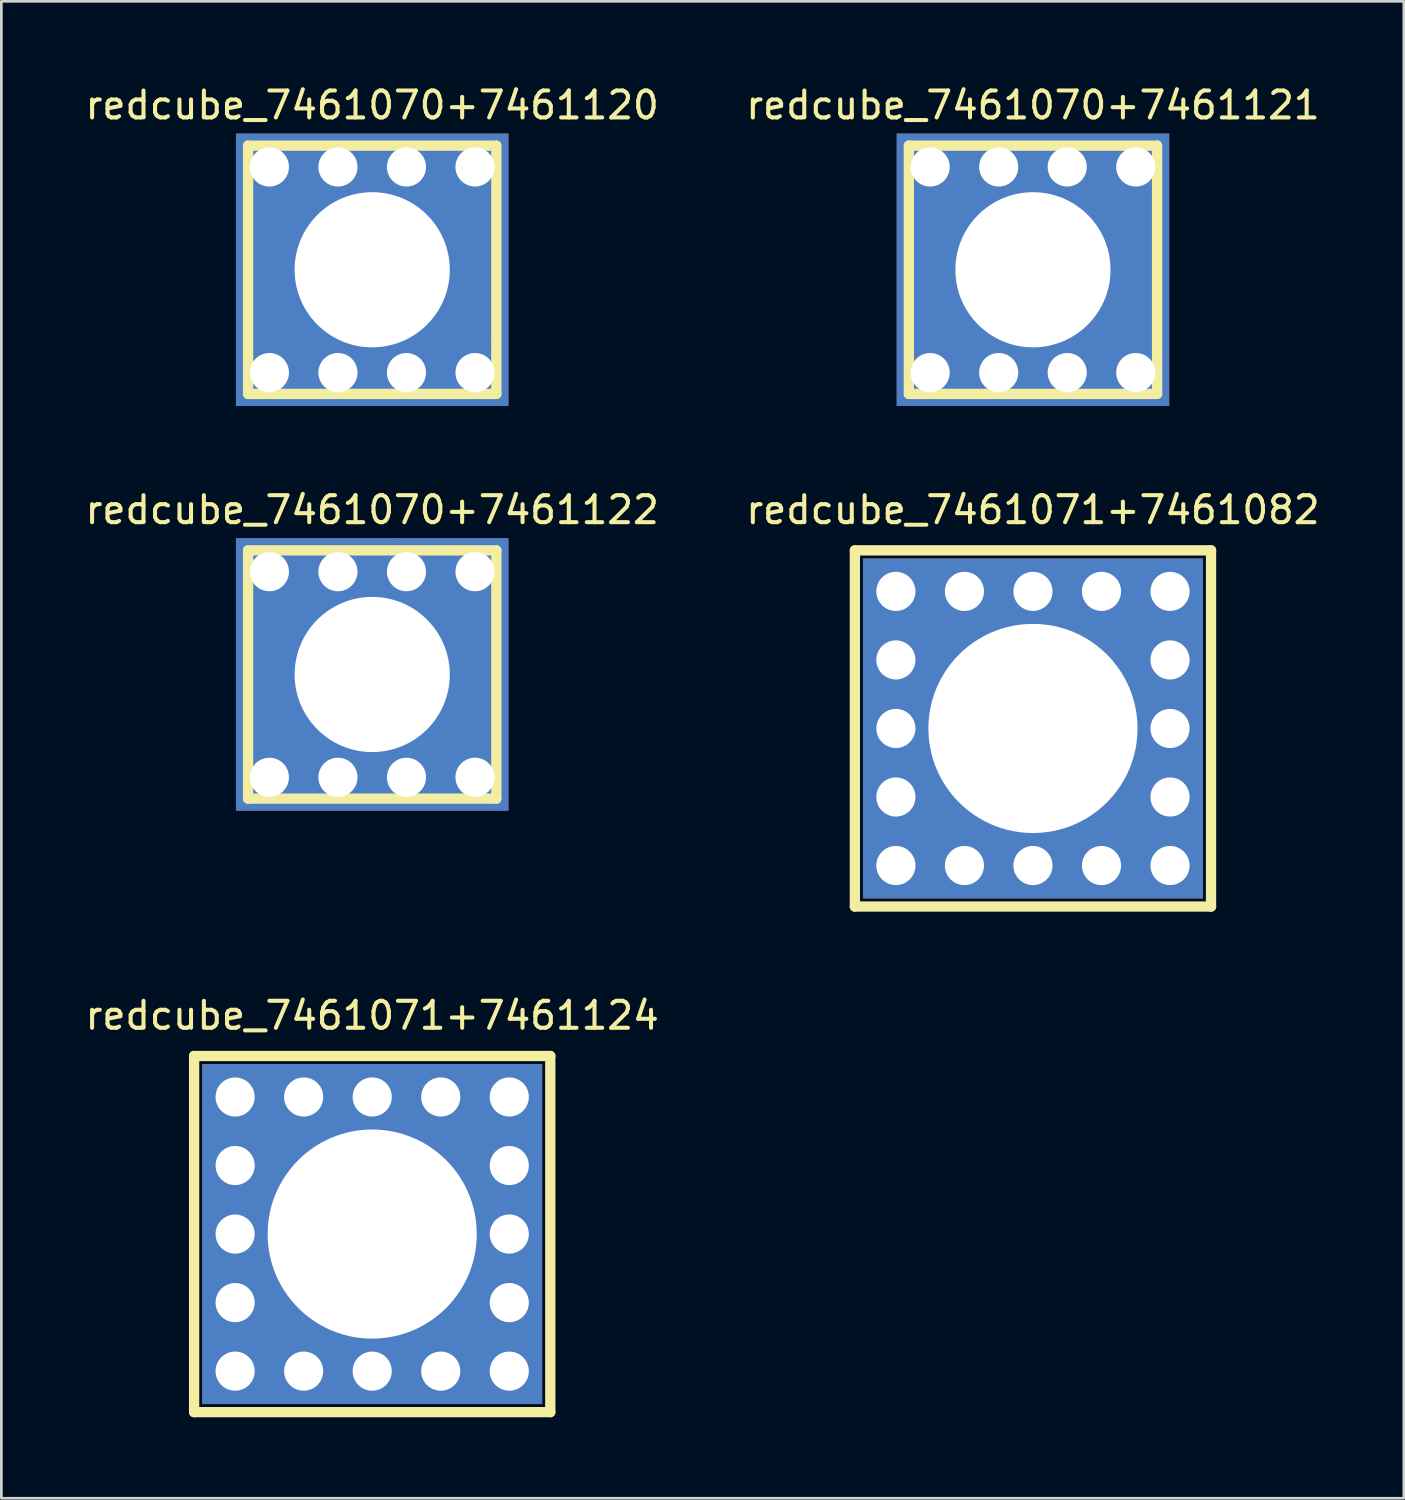
<source format=kicad_pcb>
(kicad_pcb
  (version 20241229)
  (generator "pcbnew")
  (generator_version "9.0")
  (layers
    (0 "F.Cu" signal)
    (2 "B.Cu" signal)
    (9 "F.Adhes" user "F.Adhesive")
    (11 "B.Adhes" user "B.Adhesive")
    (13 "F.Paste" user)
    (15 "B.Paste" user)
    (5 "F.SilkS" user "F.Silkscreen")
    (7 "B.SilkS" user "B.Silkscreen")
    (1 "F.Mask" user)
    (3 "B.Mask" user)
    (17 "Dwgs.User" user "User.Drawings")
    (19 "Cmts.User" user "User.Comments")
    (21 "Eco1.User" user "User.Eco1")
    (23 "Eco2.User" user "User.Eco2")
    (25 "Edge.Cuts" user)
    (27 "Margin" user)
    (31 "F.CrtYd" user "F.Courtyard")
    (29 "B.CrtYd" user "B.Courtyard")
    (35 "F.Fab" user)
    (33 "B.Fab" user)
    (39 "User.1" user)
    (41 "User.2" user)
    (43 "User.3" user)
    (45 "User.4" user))
  (footprint "redcube_7461070+7461120"
    (layer "F.Cu")
    (at 10.744 6.948)
    (property "Reference" "redcube_7461070+7461120" (at 0 -6.1 0) (layer "F.SilkS") (effects (font (size 1 1) (thickness 0.15))))
    (attr through_hole)
    (fp_line (start -4.6 -4.6) (end 4.6 -4.6) (stroke (width 0.381) (type solid)) (layer "F.SilkS"))
    (fp_line (start -4.6 4.6) (end -4.6 -4.6) (stroke (width 0.381) (type solid)) (layer "F.SilkS"))
    (fp_line (start 4.6 -4.6) (end 4.6 4.6) (stroke (width 0.381) (type solid)) (layer "F.SilkS"))
    (fp_line (start 4.6 4.6) (end -4.6 4.6) (stroke (width 0.381) (type solid)) (layer "F.SilkS"))
    (fp_circle (center 0 0) (end 2 0) (stroke (width 0.381) (type solid)) (fill no) (layer "F.SilkS"))
    (pad "1" thru_hole circle (at -3.81 -3.81) (size 2.4 2.4) (drill 1.45) (layers "*.Cu" "*.Mask"))
    (pad "1" thru_hole circle (at -3.81 3.81) (size 2.4 2.4) (drill 1.45) (layers "*.Cu" "*.Mask"))
    (pad "1" thru_hole circle (at -1.27 -3.81) (size 2.4 2.4) (drill 1.45) (layers "*.Cu" "*.Mask"))
    (pad "1" thru_hole circle (at -1.27 3.81) (size 2.4 2.4) (drill 1.45) (layers "*.Cu" "*.Mask"))
    (pad "1" thru_hole rect (at 0 0) (size 10.1 10.1) (drill 5.75) (layers "*.Cu" "*.Mask"))
    (pad "1" thru_hole circle (at 1.27 -3.81) (size 2.4 2.4) (drill 1.45) (layers "*.Cu" "*.Mask"))
    (pad "1" thru_hole circle (at 1.27 3.81) (size 2.4 2.4) (drill 1.45) (layers "*.Cu" "*.Mask"))
    (pad "1" thru_hole circle (at 3.81 -3.81) (size 2.4 2.4) (drill 1.45) (layers "*.Cu" "*.Mask"))
    (pad "1" thru_hole circle (at 3.81 3.81) (size 2.4 2.4) (drill 1.45) (layers "*.Cu" "*.Mask")))
  (footprint "redcube_7461071+7461124"
    (layer "F.Cu")
    (at 10.744 42.685)
    (property "Reference" "redcube_7461071+7461124" (at 0 -8.1 0) (layer "F.SilkS") (effects (font (size 1 1) (thickness 0.15))))
    (attr through_hole)
    (fp_line (start -6.6 -6.6) (end 6.6 -6.6) (stroke (width 0.381) (type solid)) (layer "F.SilkS"))
    (fp_line (start -6.6 6.6) (end -6.6 -6.6) (stroke (width 0.381) (type solid)) (layer "F.SilkS"))
    (fp_line (start 6.6 -6.6) (end 6.6 6.6) (stroke (width 0.381) (type solid)) (layer "F.SilkS"))
    (fp_line (start 6.6 6.6) (end -6.6 6.6) (stroke (width 0.381) (type solid)) (layer "F.SilkS"))
    (fp_circle (center 0 0) (end 3.6 0) (stroke (width 0.381) (type solid)) (fill no) (layer "F.SilkS"))
    (pad "1" thru_hole circle (at -5.08 -5.08) (size 2.4 2.4) (drill 1.45) (layers "*.Cu" "*.Mask"))
    (pad "1" thru_hole circle (at -5.08 -2.54) (size 2.4 2.4) (drill 1.45) (layers "*.Cu" "*.Mask"))
    (pad "1" thru_hole circle (at -5.08 0) (size 2.4 2.4) (drill 1.45) (layers "*.Cu" "*.Mask"))
    (pad "1" thru_hole circle (at -5.08 2.54) (size 2.4 2.4) (drill 1.45) (layers "*.Cu" "*.Mask"))
    (pad "1" thru_hole circle (at -5.08 5.08) (size 2.4 2.4) (drill 1.45) (layers "*.Cu" "*.Mask"))
    (pad "1" thru_hole circle (at -2.54 -5.08) (size 2.4 2.4) (drill 1.45) (layers "*.Cu" "*.Mask"))
    (pad "1" thru_hole circle (at -2.54 5.08) (size 2.4 2.4) (drill 1.45) (layers "*.Cu" "*.Mask"))
    (pad "1" thru_hole circle (at 0 -5.08) (size 2.4 2.4) (drill 1.45) (layers "*.Cu" "*.Mask"))
    (pad "1" thru_hole rect (at 0 0) (size 12.6 12.6) (drill 7.75) (layers "*.Cu" "*.Mask"))
    (pad "1" thru_hole circle (at 0 5.08) (size 2.4 2.4) (drill 1.45) (layers "*.Cu" "*.Mask"))
    (pad "1" thru_hole circle (at 2.54 -5.08) (size 2.4 2.4) (drill 1.45) (layers "*.Cu" "*.Mask"))
    (pad "1" thru_hole circle (at 2.54 5.08) (size 2.4 2.4) (drill 1.45) (layers "*.Cu" "*.Mask"))
    (pad "1" thru_hole circle (at 5.08 -5.08) (size 2.4 2.4) (drill 1.45) (layers "*.Cu" "*.Mask"))
    (pad "1" thru_hole circle (at 5.08 -2.54) (size 2.4 2.4) (drill 1.45) (layers "*.Cu" "*.Mask"))
    (pad "1" thru_hole circle (at 5.08 0) (size 2.4 2.4) (drill 1.45) (layers "*.Cu" "*.Mask"))
    (pad "1" thru_hole circle (at 5.08 2.54) (size 2.4 2.4) (drill 1.45) (layers "*.Cu" "*.Mask"))
    (pad "1" thru_hole circle (at 5.08 5.08) (size 2.4 2.4) (drill 1.45) (layers "*.Cu" "*.Mask")))
  (footprint "redcube_7461070+7461122"
    (layer "F.Cu")
    (at 10.744 21.947)
    (property "Reference" "redcube_7461070+7461122" (at 0 -6.1 0) (layer "F.SilkS") (effects (font (size 1 1) (thickness 0.15))))
    (attr through_hole)
    (fp_line (start -4.6 -4.6) (end 4.6 -4.6) (stroke (width 0.381) (type solid)) (layer "F.SilkS"))
    (fp_line (start -4.6 4.6) (end -4.6 -4.6) (stroke (width 0.381) (type solid)) (layer "F.SilkS"))
    (fp_line (start 4.6 -4.6) (end 4.6 4.6) (stroke (width 0.381) (type solid)) (layer "F.SilkS"))
    (fp_line (start 4.6 4.6) (end -4.6 4.6) (stroke (width 0.381) (type solid)) (layer "F.SilkS"))
    (fp_circle (center 0 0) (end 2.1 0) (stroke (width 0.381) (type solid)) (fill no) (layer "F.SilkS"))
    (pad "1" thru_hole circle (at -3.81 -3.81) (size 2.4 2.4) (drill 1.45) (layers "*.Cu" "*.Mask"))
    (pad "1" thru_hole circle (at -3.81 3.81) (size 2.4 2.4) (drill 1.45) (layers "*.Cu" "*.Mask"))
    (pad "1" thru_hole circle (at -1.27 -3.81) (size 2.4 2.4) (drill 1.45) (layers "*.Cu" "*.Mask"))
    (pad "1" thru_hole circle (at -1.27 3.81) (size 2.4 2.4) (drill 1.45) (layers "*.Cu" "*.Mask"))
    (pad "1" thru_hole rect (at 0 0) (size 10.1 10.1) (drill 5.75) (layers "*.Cu" "*.Mask"))
    (pad "1" thru_hole circle (at 1.27 -3.81) (size 2.4 2.4) (drill 1.45) (layers "*.Cu" "*.Mask"))
    (pad "1" thru_hole circle (at 1.27 3.81) (size 2.4 2.4) (drill 1.45) (layers "*.Cu" "*.Mask"))
    (pad "1" thru_hole circle (at 3.81 -3.81) (size 2.4 2.4) (drill 1.45) (layers "*.Cu" "*.Mask"))
    (pad "1" thru_hole circle (at 3.81 3.81) (size 2.4 2.4) (drill 1.45) (layers "*.Cu" "*.Mask")))
  (footprint "redcube_7461070+7461121"
    (layer "F.Cu")
    (at 35.232 6.948)
    (property "Reference" "redcube_7461070+7461121" (at 0 -6.1 0) (layer "F.SilkS") (effects (font (size 1 1) (thickness 0.15))))
    (attr through_hole)
    (fp_line (start -4.6 -4.6) (end 4.6 -4.6) (stroke (width 0.381) (type solid)) (layer "F.SilkS"))
    (fp_line (start -4.6 4.6) (end -4.6 -4.6) (stroke (width 0.381) (type solid)) (layer "F.SilkS"))
    (fp_line (start 4.6 -4.6) (end 4.6 4.6) (stroke (width 0.381) (type solid)) (layer "F.SilkS"))
    (fp_line (start 4.6 4.6) (end -4.6 4.6) (stroke (width 0.381) (type solid)) (layer "F.SilkS"))
    (fp_circle (center 0 0) (end 1.6 0) (stroke (width 0.381) (type solid)) (fill no) (layer "F.SilkS"))
    (pad "1" thru_hole circle (at -3.81 -3.81) (size 2.4 2.4) (drill 1.45) (layers "*.Cu" "*.Mask"))
    (pad "1" thru_hole circle (at -3.81 3.81) (size 2.4 2.4) (drill 1.45) (layers "*.Cu" "*.Mask"))
    (pad "1" thru_hole circle (at -1.27 -3.81) (size 2.4 2.4) (drill 1.45) (layers "*.Cu" "*.Mask"))
    (pad "1" thru_hole circle (at -1.27 3.81) (size 2.4 2.4) (drill 1.45) (layers "*.Cu" "*.Mask"))
    (pad "1" thru_hole rect (at 0 0) (size 10.1 10.1) (drill 5.75) (layers "*.Cu" "*.Mask"))
    (pad "1" thru_hole circle (at 1.27 -3.81) (size 2.4 2.4) (drill 1.45) (layers "*.Cu" "*.Mask"))
    (pad "1" thru_hole circle (at 1.27 3.81) (size 2.4 2.4) (drill 1.45) (layers "*.Cu" "*.Mask"))
    (pad "1" thru_hole circle (at 3.81 -3.81) (size 2.4 2.4) (drill 1.45) (layers "*.Cu" "*.Mask"))
    (pad "1" thru_hole circle (at 3.81 3.81) (size 2.4 2.4) (drill 1.45) (layers "*.Cu" "*.Mask")))
  (footprint "redcube_7461071+7461082"
    (layer "F.Cu")
    (at 35.232 23.947)
    (property "Reference" "redcube_7461071+7461082" (at 0 -8.1 0) (layer "F.SilkS") (effects (font (size 1 1) (thickness 0.15))))
    (attr through_hole)
    (fp_line (start -6.6 -6.6) (end 6.6 -6.6) (stroke (width 0.381) (type solid)) (layer "F.SilkS"))
    (fp_line (start -6.6 6.6) (end -6.6 -6.6) (stroke (width 0.381) (type solid)) (layer "F.SilkS"))
    (fp_line (start 6.6 -6.6) (end 6.6 6.6) (stroke (width 0.381) (type solid)) (layer "F.SilkS"))
    (fp_line (start 6.6 6.6) (end -6.6 6.6) (stroke (width 0.381) (type solid)) (layer "F.SilkS"))
    (fp_circle (center 0 0) (end 3.6 0) (stroke (width 0.381) (type solid)) (fill no) (layer "F.SilkS"))
    (pad "1" thru_hole circle (at -5.08 -5.08) (size 2.4 2.4) (drill 1.45) (layers "*.Cu" "*.Mask"))
    (pad "1" thru_hole circle (at -5.08 -2.54) (size 2.4 2.4) (drill 1.45) (layers "*.Cu" "*.Mask"))
    (pad "1" thru_hole circle (at -5.08 0) (size 2.4 2.4) (drill 1.45) (layers "*.Cu" "*.Mask"))
    (pad "1" thru_hole circle (at -5.08 2.54) (size 2.4 2.4) (drill 1.45) (layers "*.Cu" "*.Mask"))
    (pad "1" thru_hole circle (at -5.08 5.08) (size 2.4 2.4) (drill 1.45) (layers "*.Cu" "*.Mask"))
    (pad "1" thru_hole circle (at -2.54 -5.08) (size 2.4 2.4) (drill 1.45) (layers "*.Cu" "*.Mask"))
    (pad "1" thru_hole circle (at -2.54 5.08) (size 2.4 2.4) (drill 1.45) (layers "*.Cu" "*.Mask"))
    (pad "1" thru_hole circle (at 0 -5.08) (size 2.4 2.4) (drill 1.45) (layers "*.Cu" "*.Mask"))
    (pad "1" thru_hole rect (at 0 0) (size 12.6 12.6) (drill 7.75) (layers "*.Cu" "*.Mask"))
    (pad "1" thru_hole circle (at 0 5.08) (size 2.4 2.4) (drill 1.45) (layers "*.Cu" "*.Mask"))
    (pad "1" thru_hole circle (at 2.54 -5.08) (size 2.4 2.4) (drill 1.45) (layers "*.Cu" "*.Mask"))
    (pad "1" thru_hole circle (at 2.54 5.08) (size 2.4 2.4) (drill 1.45) (layers "*.Cu" "*.Mask"))
    (pad "1" thru_hole circle (at 5.08 -5.08) (size 2.4 2.4) (drill 1.45) (layers "*.Cu" "*.Mask"))
    (pad "1" thru_hole circle (at 5.08 -2.54) (size 2.4 2.4) (drill 1.45) (layers "*.Cu" "*.Mask"))
    (pad "1" thru_hole circle (at 5.08 0) (size 2.4 2.4) (drill 1.45) (layers "*.Cu" "*.Mask"))
    (pad "1" thru_hole circle (at 5.08 2.54) (size 2.4 2.4) (drill 1.45) (layers "*.Cu" "*.Mask"))
    (pad "1" thru_hole circle (at 5.08 5.08) (size 2.4 2.4) (drill 1.45) (layers "*.Cu" "*.Mask")))
  (gr_rect
    (start -3 -3)
    (end 48.976 52.476)
    (stroke (width 0.1) (type default))
    (fill no)
    (layer "Edge.Cuts")))
</source>
